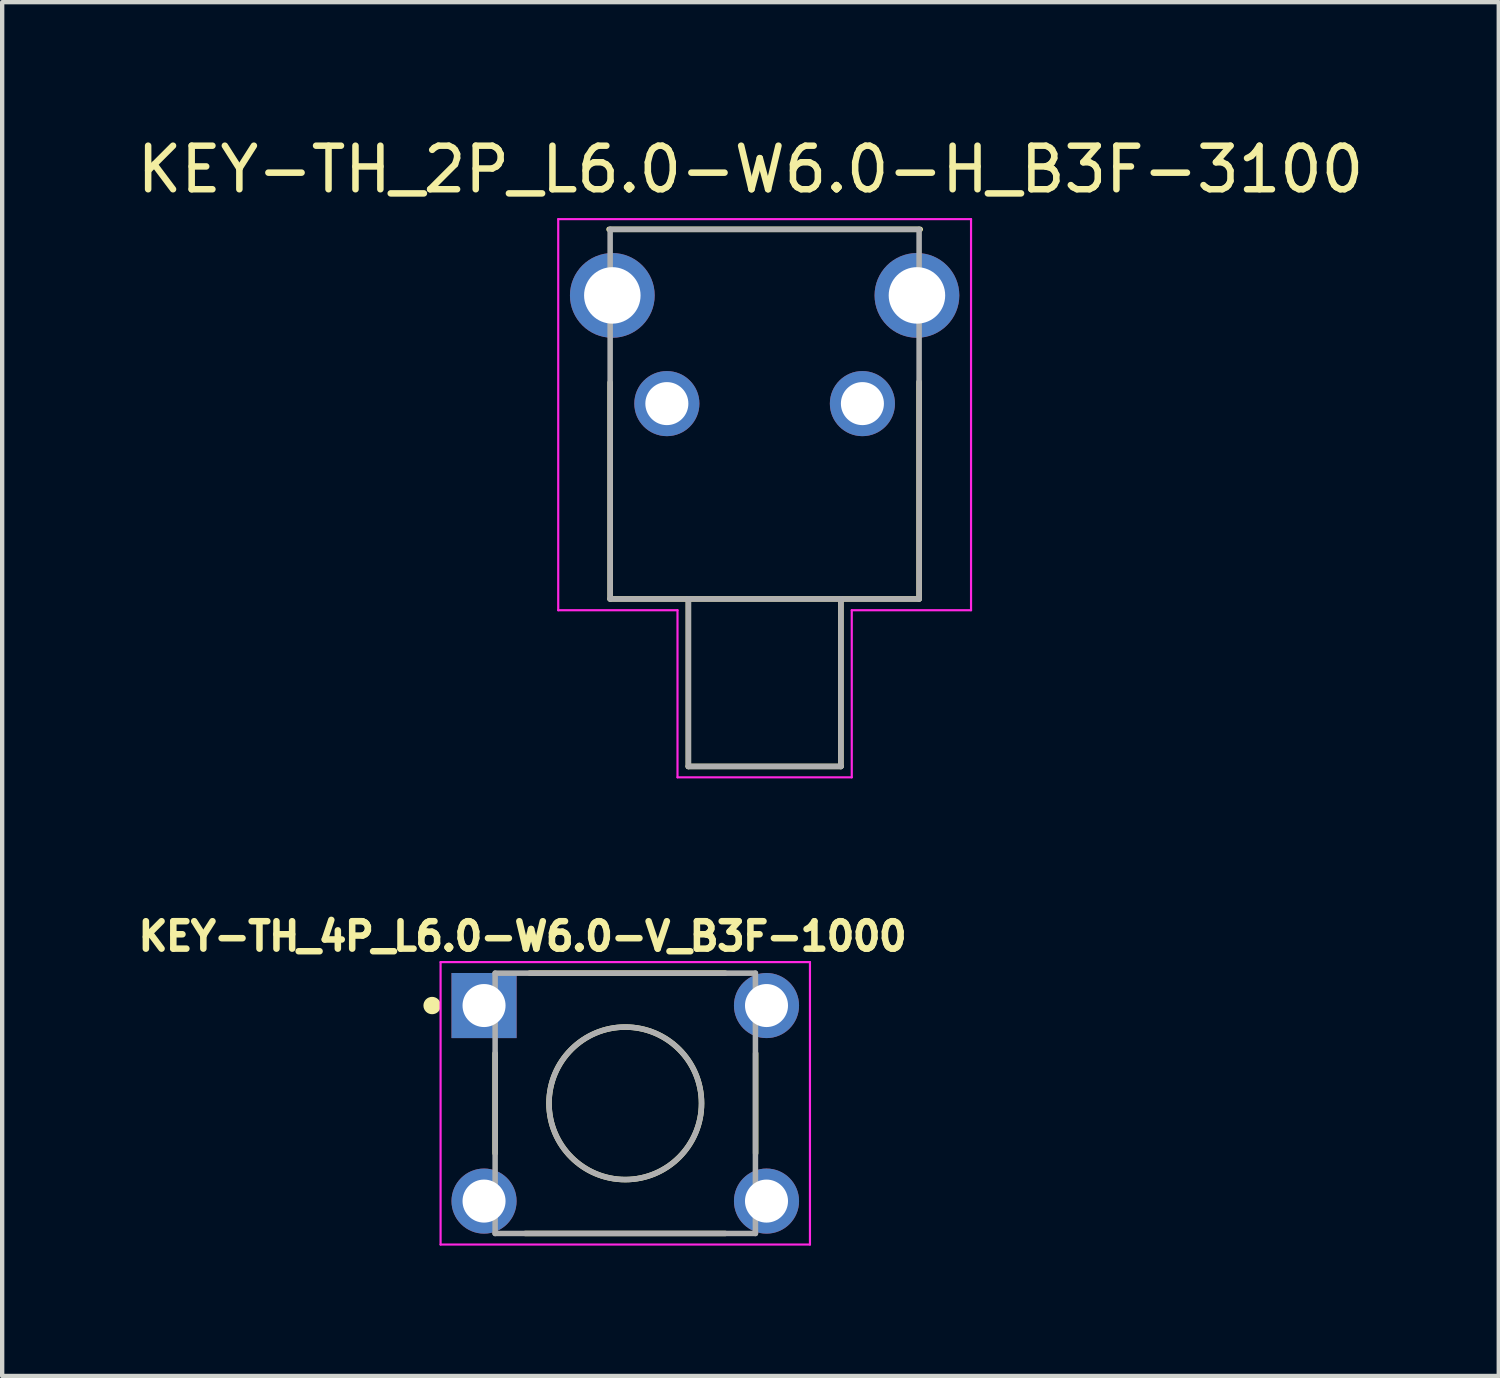
<source format=kicad_pcb>
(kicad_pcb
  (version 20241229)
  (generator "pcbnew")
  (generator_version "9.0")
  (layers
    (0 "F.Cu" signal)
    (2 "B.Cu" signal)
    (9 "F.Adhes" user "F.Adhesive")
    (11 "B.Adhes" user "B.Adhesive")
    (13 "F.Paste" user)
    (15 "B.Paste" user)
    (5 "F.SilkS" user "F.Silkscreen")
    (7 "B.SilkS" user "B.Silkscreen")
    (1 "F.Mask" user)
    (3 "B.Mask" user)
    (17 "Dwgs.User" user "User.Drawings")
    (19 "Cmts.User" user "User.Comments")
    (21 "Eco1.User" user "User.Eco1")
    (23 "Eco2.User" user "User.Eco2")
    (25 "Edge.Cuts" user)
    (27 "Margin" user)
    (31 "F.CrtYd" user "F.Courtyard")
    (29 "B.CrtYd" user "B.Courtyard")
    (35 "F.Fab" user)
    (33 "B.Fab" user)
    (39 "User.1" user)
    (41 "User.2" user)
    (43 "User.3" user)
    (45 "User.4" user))
  (footprint "KEY-TH_4P_L6.0-W6.0-V_B3F-1000"
    (layer "F.Cu")
    (at 11.339 22.34)
    (property "Reference" "KEY-TH_4P_L6.0-W6.0-V_B3F-1000" (at -2.363 -3.844 0) (layer "F.SilkS") (effects (font (size 0.631 0.631) (thickness 0.15))))
    (attr through_hole)
    (fp_line (start -2.995 -1.15) (end -2.995 1.15) (stroke (width 0.127) (type solid)) (layer "F.SilkS"))
    (fp_line (start -2.2 -2.995) (end 2.3 -2.995) (stroke (width 0.127) (type solid)) (layer "F.SilkS"))
    (fp_line (start 2.3 2.995) (end -2.3 2.995) (stroke (width 0.127) (type solid)) (layer "F.SilkS"))
    (fp_line (start 3 -1.15) (end 3 1.15) (stroke (width 0.127) (type solid)) (layer "F.SilkS"))
    (fp_circle (center -4.445 -2.25) (end -4.345 -2.25) (stroke (width 0.2) (type solid)) (fill no) (layer "F.SilkS"))
    (fp_circle (center 0 0) (end 1.755 0) (stroke (width 0.127) (type solid)) (fill no) (layer "F.SilkS"))
    (fp_line (start -4.25 -3.25) (end -4.25 3.25) (stroke (width 0.05) (type solid)) (layer "F.CrtYd"))
    (fp_line (start -4.25 3.25) (end 4.25 3.25) (stroke (width 0.05) (type solid)) (layer "F.CrtYd"))
    (fp_line (start 4.25 -3.25) (end -4.25 -3.25) (stroke (width 0.05) (type solid)) (layer "F.CrtYd"))
    (fp_line (start 4.25 3.25) (end 4.25 -3.25) (stroke (width 0.05) (type solid)) (layer "F.CrtYd"))
    (fp_line (start -2.995 -2.995) (end -2.995 2.995) (stroke (width 0.127) (type solid)) (layer "F.Fab"))
    (fp_line (start -2.995 2.995) (end 2.995 2.995) (stroke (width 0.127) (type solid)) (layer "F.Fab"))
    (fp_line (start 2.995 -2.995) (end -2.995 -2.995) (stroke (width 0.127) (type solid)) (layer "F.Fab"))
    (fp_line (start 2.995 2.995) (end 2.995 -2.995) (stroke (width 0.127) (type solid)) (layer "F.Fab"))
    (fp_circle (center 0 0) (end 1.755 0) (stroke (width 0.127) (type solid)) (fill no) (layer "F.Fab"))
    (pad "1" thru_hole rect (at -3.25 -2.25) (size 1.498 1.498) (drill 0.99) (layers "*.Cu" "*.Mask"))
    (pad "2" thru_hole circle (at 3.25 -2.25) (size 1.498 1.498) (drill 0.99) (layers "*.Cu" "*.Mask"))
    (pad "3" thru_hole circle (at -3.25 2.25) (size 1.498 1.498) (drill 0.99) (layers "*.Cu" "*.Mask"))
    (pad "4" thru_hole circle (at 3.25 2.25) (size 1.498 1.498) (drill 0.99) (layers "*.Cu" "*.Mask")))
  (footprint "KEY-TH_2P_L6.0-W6.0-H_B3F-3100"
    (layer "F.Cu")
    (at 14.546 6.238)
    (property "Reference" "KEY-TH_2P_L6.0-W6.0-H_B3F-3100" (at -0.326 -5.389 0) (layer "F.SilkS") (effects (font (size 1.002 1.002) (thickness 0.15))))
    (attr through_hole)
    (fp_line (start -3.58 -4.01) (end 3.58 -4.01) (stroke (width 0.127) (type solid)) (layer "F.SilkS"))
    (fp_line (start -3.555 4.495) (end -3.555 -0.485) (stroke (width 0.127) (type solid)) (layer "F.SilkS"))
    (fp_line (start -1.755 4.495) (end -3.555 4.495) (stroke (width 0.127) (type solid)) (layer "F.SilkS"))
    (fp_line (start -1.755 4.495) (end -1.755 8.35) (stroke (width 0.127) (type solid)) (layer "F.SilkS"))
    (fp_line (start -1.755 8.35) (end 1.755 8.35) (stroke (width 0.127) (type solid)) (layer "F.SilkS"))
    (fp_line (start 1.755 4.495) (end -1.755 4.495) (stroke (width 0.127) (type solid)) (layer "F.SilkS"))
    (fp_line (start 1.755 8.35) (end 1.755 4.495) (stroke (width 0.127) (type solid)) (layer "F.SilkS"))
    (fp_line (start 3.555 -0.5) (end 3.555 4.495) (stroke (width 0.127) (type solid)) (layer "F.SilkS"))
    (fp_line (start 3.555 4.495) (end 1.755 4.495) (stroke (width 0.127) (type solid)) (layer "F.SilkS"))
    (fp_line (start -4.75 -4.245) (end 4.75 -4.245) (stroke (width 0.05) (type solid)) (layer "F.CrtYd"))
    (fp_line (start -4.75 4.755) (end -4.75 -4.245) (stroke (width 0.05) (type solid)) (layer "F.CrtYd"))
    (fp_line (start -2.005 4.755) (end -4.75 4.755) (stroke (width 0.05) (type solid)) (layer "F.CrtYd"))
    (fp_line (start -2.005 8.6) (end -2.005 4.755) (stroke (width 0.05) (type solid)) (layer "F.CrtYd"))
    (fp_line (start 2.005 4.755) (end 2.005 8.6) (stroke (width 0.05) (type solid)) (layer "F.CrtYd"))
    (fp_line (start 2.005 8.6) (end -2.005 8.6) (stroke (width 0.05) (type solid)) (layer "F.CrtYd"))
    (fp_line (start 4.75 -4.245) (end 4.75 4.755) (stroke (width 0.05) (type solid)) (layer "F.CrtYd"))
    (fp_line (start 4.75 4.755) (end 2.005 4.755) (stroke (width 0.05) (type solid)) (layer "F.CrtYd"))
    (fp_line (start -3.555 -4.01) (end 3.555 -4.01) (stroke (width 0.127) (type solid)) (layer "F.Fab"))
    (fp_line (start -3.555 4.495) (end -3.555 -4.01) (stroke (width 0.127) (type solid)) (layer "F.Fab"))
    (fp_line (start -1.755 4.495) (end -3.555 4.495) (stroke (width 0.127) (type solid)) (layer "F.Fab"))
    (fp_line (start -1.755 4.495) (end -1.755 8.35) (stroke (width 0.127) (type solid)) (layer "F.Fab"))
    (fp_line (start -1.755 8.35) (end 1.755 8.35) (stroke (width 0.127) (type solid)) (layer "F.Fab"))
    (fp_line (start 1.755 4.495) (end -1.755 4.495) (stroke (width 0.127) (type solid)) (layer "F.Fab"))
    (fp_line (start 1.755 8.35) (end 1.755 4.495) (stroke (width 0.127) (type solid)) (layer "F.Fab"))
    (fp_line (start 3.555 -4.01) (end 3.555 4.495) (stroke (width 0.127) (type solid)) (layer "F.Fab"))
    (fp_line (start 3.555 4.495) (end 1.755 4.495) (stroke (width 0.127) (type solid)) (layer "F.Fab"))
    (pad "1" thru_hole circle (at -2.25 0) (size 1.498 1.498) (drill 0.99) (layers "*.Cu" "*.Mask"))
    (pad "2" thru_hole circle (at 2.25 0) (size 1.498 1.498) (drill 0.99) (layers "*.Cu" "*.Mask"))
    (pad "S1" thru_hole circle (at -3.505 -2.49) (size 1.95 1.95) (drill 1.3) (layers "*.Cu" "*.Mask"))
    (pad "S2" thru_hole circle (at 3.505 -2.49) (size 1.95 1.95) (drill 1.3) (layers "*.Cu" "*.Mask")))
  (gr_rect
    (start -3 -3)
    (end 31.44 28.615)
    (stroke (width 0.1) (type default))
    (fill no)
    (layer "Edge.Cuts")))
</source>
